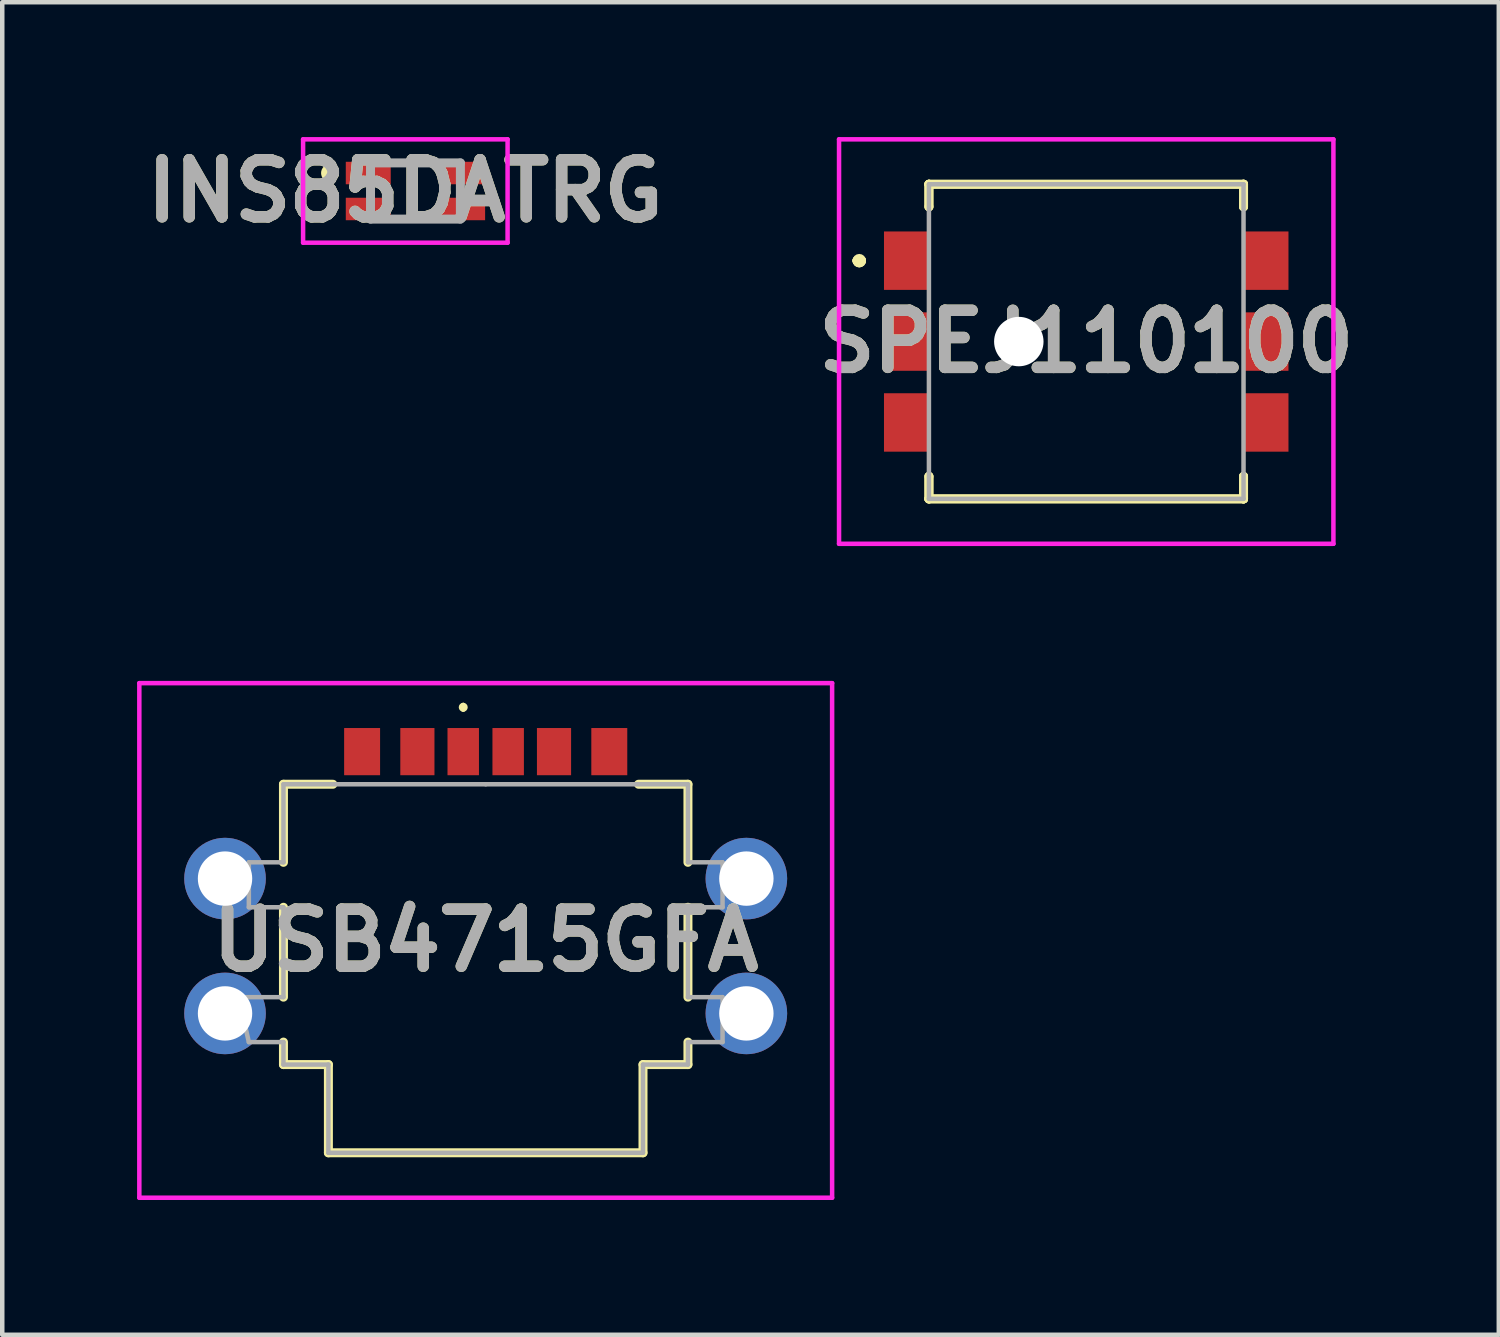
<source format=kicad_pcb>
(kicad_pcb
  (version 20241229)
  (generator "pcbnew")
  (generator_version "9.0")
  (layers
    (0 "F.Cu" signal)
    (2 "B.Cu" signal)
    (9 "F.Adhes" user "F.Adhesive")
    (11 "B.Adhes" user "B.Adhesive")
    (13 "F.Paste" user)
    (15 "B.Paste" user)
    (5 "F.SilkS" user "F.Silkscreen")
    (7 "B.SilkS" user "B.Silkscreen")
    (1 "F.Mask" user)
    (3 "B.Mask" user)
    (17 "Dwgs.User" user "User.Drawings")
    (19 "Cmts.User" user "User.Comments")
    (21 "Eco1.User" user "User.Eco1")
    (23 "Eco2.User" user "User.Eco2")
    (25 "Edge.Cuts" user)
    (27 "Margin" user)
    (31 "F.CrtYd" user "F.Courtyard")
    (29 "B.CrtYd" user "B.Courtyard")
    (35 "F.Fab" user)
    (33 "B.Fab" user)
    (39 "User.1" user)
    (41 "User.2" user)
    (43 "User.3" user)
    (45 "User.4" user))
  (footprint "USB4715GFA"
    (layer "F.Cu")
    (at 7.757 18.137)
    (property "Reference" "USB4715GFA" (at 0.001 -0.262 0) (layer "F.SilkS") (effects (font (size 1.27 1.27) (thickness 0.254))))
    (attr through_hole)
    (fp_line (start -4.5 -3.737) (end -4.5 -2) (stroke (width 0.2) (type solid)) (layer "F.SilkS"))
    (fp_line (start -4.5 -1) (end -4.5 1) (stroke (width 0.2) (type solid)) (layer "F.SilkS"))
    (fp_line (start -4.5 2) (end -4.5 2.5) (stroke (width 0.2) (type solid)) (layer "F.SilkS"))
    (fp_line (start -4.5 2.5) (end -3.5 2.5) (stroke (width 0.2) (type solid)) (layer "F.SilkS"))
    (fp_line (start -3.5 2.5) (end -3.5 4.463) (stroke (width 0.2) (type solid)) (layer "F.SilkS"))
    (fp_line (start -3.5 4.463) (end 3.5 4.463) (stroke (width 0.2) (type solid)) (layer "F.SilkS"))
    (fp_line (start -3.4 -3.737) (end -4.5 -3.737) (stroke (width 0.2) (type solid)) (layer "F.SilkS"))
    (fp_line (start -0.5 -5.5) (end -0.5 -5.5) (stroke (width 0.1) (type solid)) (layer "F.SilkS"))
    (fp_line (start -0.5 -5.4) (end -0.5 -5.4) (stroke (width 0.1) (type solid)) (layer "F.SilkS"))
    (fp_line (start 3.4 -3.737) (end 4.5 -3.737) (stroke (width 0.2) (type solid)) (layer "F.SilkS"))
    (fp_line (start 3.5 2.5) (end 4.5 2.5) (stroke (width 0.2) (type solid)) (layer "F.SilkS"))
    (fp_line (start 3.5 4.463) (end 3.5 2.5) (stroke (width 0.2) (type solid)) (layer "F.SilkS"))
    (fp_line (start 4.5 -3.737) (end 4.5 -2) (stroke (width 0.2) (type solid)) (layer "F.SilkS"))
    (fp_line (start 4.5 -1) (end 4.5 1) (stroke (width 0.2) (type solid)) (layer "F.SilkS"))
    (fp_line (start 4.5 2.5) (end 4.5 2) (stroke (width 0.2) (type solid)) (layer "F.SilkS"))
    (fp_arc (start -0.5 -5.5) (mid -0.45 -5.45) (end -0.5 -5.4) (stroke (width 0.1) (type solid)) (layer "F.SilkS"))
    (fp_arc (start -0.5 -5.4) (mid -0.55 -5.45) (end -0.5 -5.5) (stroke (width 0.1) (type solid)) (layer "F.SilkS"))
    (fp_line (start -7.707 -5.987) (end 7.708 -5.987) (stroke (width 0.1) (type solid)) (layer "F.CrtYd"))
    (fp_line (start -7.707 5.463) (end -7.707 -5.987) (stroke (width 0.1) (type solid)) (layer "F.CrtYd"))
    (fp_line (start 7.708 -5.987) (end 7.708 5.463) (stroke (width 0.1) (type solid)) (layer "F.CrtYd"))
    (fp_line (start 7.708 5.463) (end -7.707 5.463) (stroke (width 0.1) (type solid)) (layer "F.CrtYd"))
    (fp_line (start -5.5 1) (end -5.27 2) (stroke (width 0.1) (type solid)) (layer "F.Fab"))
    (fp_line (start -5.27 -2) (end -5.27 -1) (stroke (width 0.1) (type solid)) (layer "F.Fab"))
    (fp_line (start -5.27 -1) (end -4.5 -1) (stroke (width 0.1) (type solid)) (layer "F.Fab"))
    (fp_line (start -5.27 2) (end -4.5 2) (stroke (width 0.1) (type solid)) (layer "F.Fab"))
    (fp_line (start -4.5 -3.737) (end -4.5 -2) (stroke (width 0.1) (type solid)) (layer "F.Fab"))
    (fp_line (start -4.5 -2) (end -5.27 -2) (stroke (width 0.1) (type solid)) (layer "F.Fab"))
    (fp_line (start -4.5 -1) (end -4.5 1) (stroke (width 0.1) (type solid)) (layer "F.Fab"))
    (fp_line (start -4.5 1) (end -5.5 1) (stroke (width 0.1) (type solid)) (layer "F.Fab"))
    (fp_line (start -4.5 2) (end -4.5 2.5) (stroke (width 0.1) (type solid)) (layer "F.Fab"))
    (fp_line (start -4.5 2.5) (end -3.5 2.5) (stroke (width 0.1) (type solid)) (layer "F.Fab"))
    (fp_line (start -3.5 2.5) (end -3.5 4.463) (stroke (width 0.1) (type solid)) (layer "F.Fab"))
    (fp_line (start -3.5 4.463) (end 3.5 4.463) (stroke (width 0.1) (type solid)) (layer "F.Fab"))
    (fp_line (start 0 -3.737) (end -4.5 -3.737) (stroke (width 0.1) (type solid)) (layer "F.Fab"))
    (fp_line (start 3.5 2.5) (end 4.5 2.5) (stroke (width 0.1) (type solid)) (layer "F.Fab"))
    (fp_line (start 3.5 4.463) (end 3.5 2.5) (stroke (width 0.1) (type solid)) (layer "F.Fab"))
    (fp_line (start 4.5 -3.737) (end 0 -3.737) (stroke (width 0.1) (type solid)) (layer "F.Fab"))
    (fp_line (start 4.5 -2) (end 4.5 -3.737) (stroke (width 0.1) (type solid)) (layer "F.Fab"))
    (fp_line (start 4.5 -1) (end 5.27 -1) (stroke (width 0.1) (type solid)) (layer "F.Fab"))
    (fp_line (start 4.5 1) (end 4.5 -1) (stroke (width 0.1) (type solid)) (layer "F.Fab"))
    (fp_line (start 4.5 2) (end 5.27 2) (stroke (width 0.1) (type solid)) (layer "F.Fab"))
    (fp_line (start 4.5 2.5) (end 4.5 2) (stroke (width 0.1) (type solid)) (layer "F.Fab"))
    (fp_line (start 5.27 -2) (end 4.5 -2) (stroke (width 0.1) (type solid)) (layer "F.Fab"))
    (fp_line (start 5.27 -1) (end 5.27 -2) (stroke (width 0.1) (type solid)) (layer "F.Fab"))
    (fp_line (start 5.27 1) (end 4.5 1) (stroke (width 0.1) (type solid)) (layer "F.Fab"))
    (fp_line (start 5.27 2) (end 5.27 1) (stroke (width 0.1) (type solid)) (layer "F.Fab"))
    (fp_text user "${REFERENCE}" (at 0.001 -0.262 0) (layer "F.Fab") (effects (font (size 1.27 1.27) (thickness 0.254))))
    (pad "A5" smd rect (at -0.5 -4.463) (size 0.7 1.05) (layers "F.Cu" "F.Mask" "F.Paste"))
    (pad "A9" smd rect (at 1.52 -4.463) (size 0.76 1.05) (layers "F.Cu" "F.Mask" "F.Paste"))
    (pad "A12" smd rect (at 2.75 -4.463) (size 0.8 1.05) (layers "F.Cu" "F.Mask" "F.Paste"))
    (pad "B5" smd rect (at 0.5 -4.463) (size 0.7 1.05) (layers "F.Cu" "F.Mask" "F.Paste"))
    (pad "B9" smd rect (at -1.52 -4.463) (size 0.76 1.05) (layers "F.Cu" "F.Mask" "F.Paste"))
    (pad "B12" smd rect (at -2.75 -4.463) (size 0.8 1.05) (layers "F.Cu" "F.Mask" "F.Paste"))
    (pad "MH1" thru_hole circle (at -5.8 -1.638) (size 1.815 1.815) (drill 1.21) (layers "*.Cu" "*.Mask"))
    (pad "MH2" thru_hole circle (at 5.8 -1.638) (size 1.815 1.815) (drill 1.21) (layers "*.Cu" "*.Mask"))
    (pad "MH3" thru_hole circle (at -5.8 1.362) (size 1.815 1.815) (drill 1.21) (layers "*.Cu" "*.Mask"))
    (pad "MH4" thru_hole circle (at 5.8 1.362) (size 1.815 1.815) (drill 1.21) (layers "*.Cu" "*.Mask")))
  (footprint "SPEJ110100"
    (layer "F.Cu")
    (at 21.119 4.55)
    (property "Reference" "SPEJ110100" (at 0 0 0) (layer "F.SilkS") (effects (font (size 1.27 1.27) (thickness 0.254))))
    (attr through_hole)
    (fp_line (start -5.1 -1.8) (end -5.1 -1.8) (stroke (width 0.2) (type solid)) (layer "F.SilkS"))
    (fp_line (start -5.1 -1.8) (end -5.1 -1.8) (stroke (width 0.2) (type solid)) (layer "F.SilkS"))
    (fp_line (start -5 -1.8) (end -5 -1.8) (stroke (width 0.2) (type solid)) (layer "F.SilkS"))
    (fp_line (start -3.5 -3.5) (end -3.5 -3.5) (stroke (width 0.2) (type solid)) (layer "F.SilkS"))
    (fp_line (start -3.5 -3.5) (end -3.5 -3.5) (stroke (width 0.2) (type solid)) (layer "F.SilkS"))
    (fp_line (start -3.5 -3.5) (end -3.5 -3) (stroke (width 0.2) (type solid)) (layer "F.SilkS"))
    (fp_line (start -3.5 -3.5) (end 3.5 -3.5) (stroke (width 0.2) (type solid)) (layer "F.SilkS"))
    (fp_line (start -3.5 -3) (end -3.5 -3.5) (stroke (width 0.2) (type solid)) (layer "F.SilkS"))
    (fp_line (start -3.5 -3) (end -3.5 -3) (stroke (width 0.2) (type solid)) (layer "F.SilkS"))
    (fp_line (start -3.5 3) (end -3.5 3) (stroke (width 0.2) (type solid)) (layer "F.SilkS"))
    (fp_line (start -3.5 3) (end -3.5 3.5) (stroke (width 0.2) (type solid)) (layer "F.SilkS"))
    (fp_line (start -3.5 3.5) (end -3.5 3) (stroke (width 0.2) (type solid)) (layer "F.SilkS"))
    (fp_line (start -3.5 3.5) (end -3.5 3.5) (stroke (width 0.2) (type solid)) (layer "F.SilkS"))
    (fp_line (start -3.5 3.5) (end -3.5 3.5) (stroke (width 0.2) (type solid)) (layer "F.SilkS"))
    (fp_line (start -3.5 3.5) (end 3.5 3.5) (stroke (width 0.2) (type solid)) (layer "F.SilkS"))
    (fp_line (start 3.5 -3.5) (end -3.5 -3.5) (stroke (width 0.2) (type solid)) (layer "F.SilkS"))
    (fp_line (start 3.5 -3.5) (end 3.5 -3.5) (stroke (width 0.2) (type solid)) (layer "F.SilkS"))
    (fp_line (start 3.5 -3.5) (end 3.5 -3.5) (stroke (width 0.2) (type solid)) (layer "F.SilkS"))
    (fp_line (start 3.5 -3.5) (end 3.5 -3) (stroke (width 0.2) (type solid)) (layer "F.SilkS"))
    (fp_line (start 3.5 -3) (end 3.5 -3.5) (stroke (width 0.2) (type solid)) (layer "F.SilkS"))
    (fp_line (start 3.5 -3) (end 3.5 -3) (stroke (width 0.2) (type solid)) (layer "F.SilkS"))
    (fp_line (start 3.5 3) (end 3.5 3) (stroke (width 0.2) (type solid)) (layer "F.SilkS"))
    (fp_line (start 3.5 3) (end 3.5 3.5) (stroke (width 0.2) (type solid)) (layer "F.SilkS"))
    (fp_line (start 3.5 3.5) (end -3.5 3.5) (stroke (width 0.2) (type solid)) (layer "F.SilkS"))
    (fp_line (start 3.5 3.5) (end 3.5 3) (stroke (width 0.2) (type solid)) (layer "F.SilkS"))
    (fp_line (start 3.5 3.5) (end 3.5 3.5) (stroke (width 0.2) (type solid)) (layer "F.SilkS"))
    (fp_line (start 3.5 3.5) (end 3.5 3.5) (stroke (width 0.2) (type solid)) (layer "F.SilkS"))
    (fp_arc (start -5.1 -1.8) (mid -5.05 -1.85) (end -5 -1.8) (stroke (width 0.2) (type solid)) (layer "F.SilkS"))
    (fp_arc (start -5 -1.8) (mid -5.05 -1.75) (end -5.1 -1.8) (stroke (width 0.2) (type solid)) (layer "F.SilkS"))
    (fp_arc (start -5 -1.8) (mid -5.05 -1.75) (end -5.1 -1.8) (stroke (width 0.2) (type solid)) (layer "F.SilkS"))
    (fp_line (start -5.5 -4.5) (end 5.5 -4.5) (stroke (width 0.1) (type solid)) (layer "F.CrtYd"))
    (fp_line (start -5.5 4.5) (end -5.5 -4.5) (stroke (width 0.1) (type solid)) (layer "F.CrtYd"))
    (fp_line (start 5.5 -4.5) (end 5.5 4.5) (stroke (width 0.1) (type solid)) (layer "F.CrtYd"))
    (fp_line (start 5.5 4.5) (end -5.5 4.5) (stroke (width 0.1) (type solid)) (layer "F.CrtYd"))
    (fp_line (start -3.5 -3.5) (end -3.5 3.5) (stroke (width 0.1) (type solid)) (layer "F.Fab"))
    (fp_line (start -3.5 3.5) (end 3.5 3.5) (stroke (width 0.1) (type solid)) (layer "F.Fab"))
    (fp_line (start 3.5 -3.5) (end -3.5 -3.5) (stroke (width 0.1) (type solid)) (layer "F.Fab"))
    (fp_line (start 3.5 3.5) (end 3.5 -3.5) (stroke (width 0.1) (type solid)) (layer "F.Fab"))
    (fp_text user "${REFERENCE}" (at 0 0 0) (layer "F.Fab") (effects (font (size 1.27 1.27) (thickness 0.254))))
    (pad "" np_thru_hole circle (at -1.5 0) (size 1.1 1.1) (drill 1.1) (layers "*.Cu" "*.Mask"))
    (pad "1" smd rect (at -4 -1.8) (size 1 1.3) (layers "F.Cu" "F.Mask" "F.Paste"))
    (pad "2" smd rect (at -4 0) (size 1 1.3) (layers "F.Cu" "F.Mask" "F.Paste"))
    (pad "3" smd rect (at -4 1.8) (size 1 1.3) (layers "F.Cu" "F.Mask" "F.Paste"))
    (pad "4" smd rect (at 4 -1.8) (size 1 1.3) (layers "F.Cu" "F.Mask" "F.Paste"))
    (pad "5" smd rect (at 4 0) (size 1 1.3) (layers "F.Cu" "F.Mask" "F.Paste"))
    (pad "6" smd rect (at 4 1.8) (size 1 1.3) (layers "F.Cu" "F.Mask" "F.Paste")))
  (footprint "INS85DATRG"
    (layer "F.Cu")
    (at 6.194 1.2)
    (property "Reference" "INS85DATRG" (at -0.225 0 0) (layer "F.SilkS") (effects (font (size 1.27 1.27) (thickness 0.254))))
    (attr smd)
    (fp_line (start -1.9 -0.5) (end -1.9 -0.5) (stroke (width 0.2) (type solid)) (layer "F.SilkS"))
    (fp_line (start -1.9 -0.3) (end -1.9 -0.3) (stroke (width 0.2) (type solid)) (layer "F.SilkS"))
    (fp_line (start -0.3 -0.625) (end 0.3 -0.625) (stroke (width 0.1) (type solid)) (layer "F.SilkS"))
    (fp_line (start -0.3 0.625) (end 0.3 0.625) (stroke (width 0.1) (type solid)) (layer "F.SilkS"))
    (fp_arc (start -1.9 -0.5) (mid -1.8 -0.4) (end -1.9 -0.3) (stroke (width 0.2) (type solid)) (layer "F.SilkS"))
    (fp_arc (start -1.9 -0.3) (mid -2 -0.4) (end -1.9 -0.5) (stroke (width 0.2) (type solid)) (layer "F.SilkS"))
    (fp_line (start -2.5 -1.15) (end 2.05 -1.15) (stroke (width 0.1) (type solid)) (layer "F.CrtYd"))
    (fp_line (start -2.5 1.15) (end -2.5 -1.15) (stroke (width 0.1) (type solid)) (layer "F.CrtYd"))
    (fp_line (start 2.05 -1.15) (end 2.05 1.15) (stroke (width 0.1) (type solid)) (layer "F.CrtYd"))
    (fp_line (start 2.05 1.15) (end -2.5 1.15) (stroke (width 0.1) (type solid)) (layer "F.CrtYd"))
    (fp_line (start -1 -0.625) (end 1 -0.625) (stroke (width 0.2) (type solid)) (layer "F.Fab"))
    (fp_line (start -1 0.625) (end -1 -0.625) (stroke (width 0.2) (type solid)) (layer "F.Fab"))
    (fp_line (start 1 -0.625) (end 1 0.625) (stroke (width 0.2) (type solid)) (layer "F.Fab"))
    (fp_line (start 1 0.625) (end -1 0.625) (stroke (width 0.2) (type solid)) (layer "F.Fab"))
    (fp_text user "${REFERENCE}" (at -0.225 0 0) (layer "F.Fab") (effects (font (size 1.27 1.27) (thickness 0.254))))
    (pad "1" smd rect (at -1.05 -0.4 90) (size 0.5 1) (layers "F.Cu" "F.Mask" "F.Paste"))
    (pad "2" smd rect (at 1.05 -0.4 90) (size 0.5 1) (layers "F.Cu" "F.Mask" "F.Paste"))
    (pad "3" smd rect (at -1.05 0.4 90) (size 0.5 1) (layers "F.Cu" "F.Mask" "F.Paste"))
    (pad "4" smd rect (at 1.05 0.4 90) (size 0.5 1) (layers "F.Cu" "F.Mask" "F.Paste")))
  (gr_rect
    (start -3 -3)
    (end 30.299 26.65)
    (stroke (width 0.1) (type default))
    (fill no)
    (layer "Edge.Cuts")))
</source>
